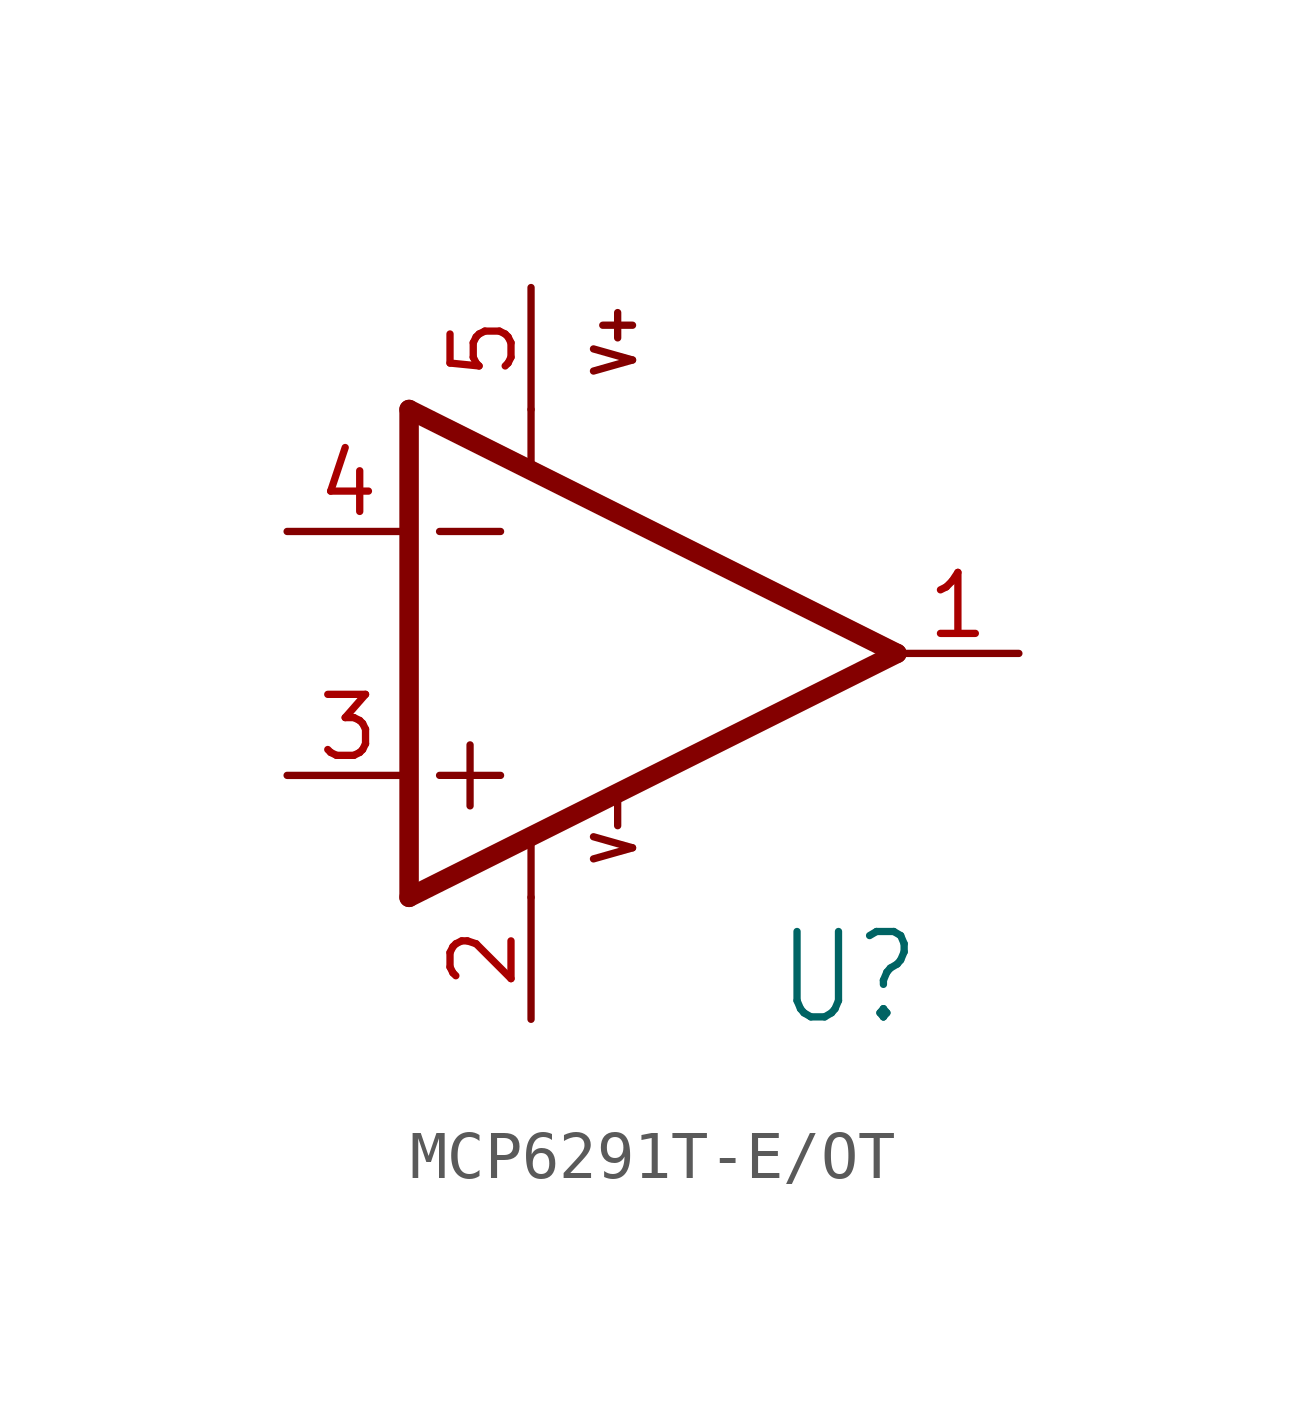
<source format=kicad_sym>
(kicad_symbol_lib
  (version 20220914)
  (generator kicad_symbol_editor)
  (symbol "MCP6291T-E/OT"
    (property "Reference" "U"
      (at 5.08 -5.715 0)
      (effects (font (size 1.778 1.511)) (justify left top)))
    (property "Value" ""
      (at 5.08 5.08 0)
      (effects (font (size 1.778 1.511)) (justify left top)))
    (property "ki_locked" ""
      (at 0 0 0)
      (effects (font (size 1.27 1.27))))
    (symbol "MCP6291T-E/OT_1_0"
      (polyline (pts (xy -2.54 -5.08) (xy -2.54 5.08)) (stroke (width 0.406) (type solid)) (fill (type none)))
      (polyline (pts (xy -2.54 5.08) (xy 7.62 0)) (stroke (width 0.406) (type solid)) (fill (type none)))
      (polyline (pts (xy -1.905 -2.54) (xy -0.635 -2.54)) (stroke (width 0.152) (type solid)) (fill (type none)))
      (polyline (pts (xy -1.905 2.54) (xy -0.635 2.54)) (stroke (width 0.152) (type solid)) (fill (type none)))
      (polyline (pts (xy -1.27 -3.175) (xy -1.27 -1.905)) (stroke (width 0.152) (type solid)) (fill (type none)))
      (polyline (pts (xy 0 -5.08) (xy 0 -3.886)) (stroke (width 0.152) (type solid)) (fill (type none)))
      (polyline (pts (xy 0 3.912) (xy 0 5.08)) (stroke (width 0.152) (type solid)) (fill (type none)))
      (polyline (pts (xy 7.62 0) (xy -2.54 -5.08)) (stroke (width 0.406) (type solid)) (fill (type none)))
      (text "V+" (at 1.27 5.715 900) (effects (font (size 0.813 0.691)) (justify left top)))
      (text "V-" (at 1.27 -4.445 900) (effects (font (size 0.813 0.691)) (justify left top)))
      (pin output line (at 10.16 0 180) (length 2.54) (name "OUT" (effects (font (size 0 0)))) (number "1" (effects (font (size 1.27 1.27)))))
      (pin power_in line (at 0 -7.62 90) (length 2.54) (name "V-" (effects (font (size 0 0)))) (number "2" (effects (font (size 1.27 1.27)))))
      (pin input line (at -5.08 -2.54 0) (length 2.54) (name "+IN" (effects (font (size 0 0)))) (number "3" (effects (font (size 1.27 1.27)))))
      (pin input line (at -5.08 2.54 0) (length 2.54) (name "-IN" (effects (font (size 0 0)))) (number "4" (effects (font (size 1.27 1.27)))))
      (pin power_in line (at 0 7.62 270) (length 2.54) (name "V+" (effects (font (size 0 0)))) (number "5" (effects (font (size 1.27 1.27))))))))
</source>
